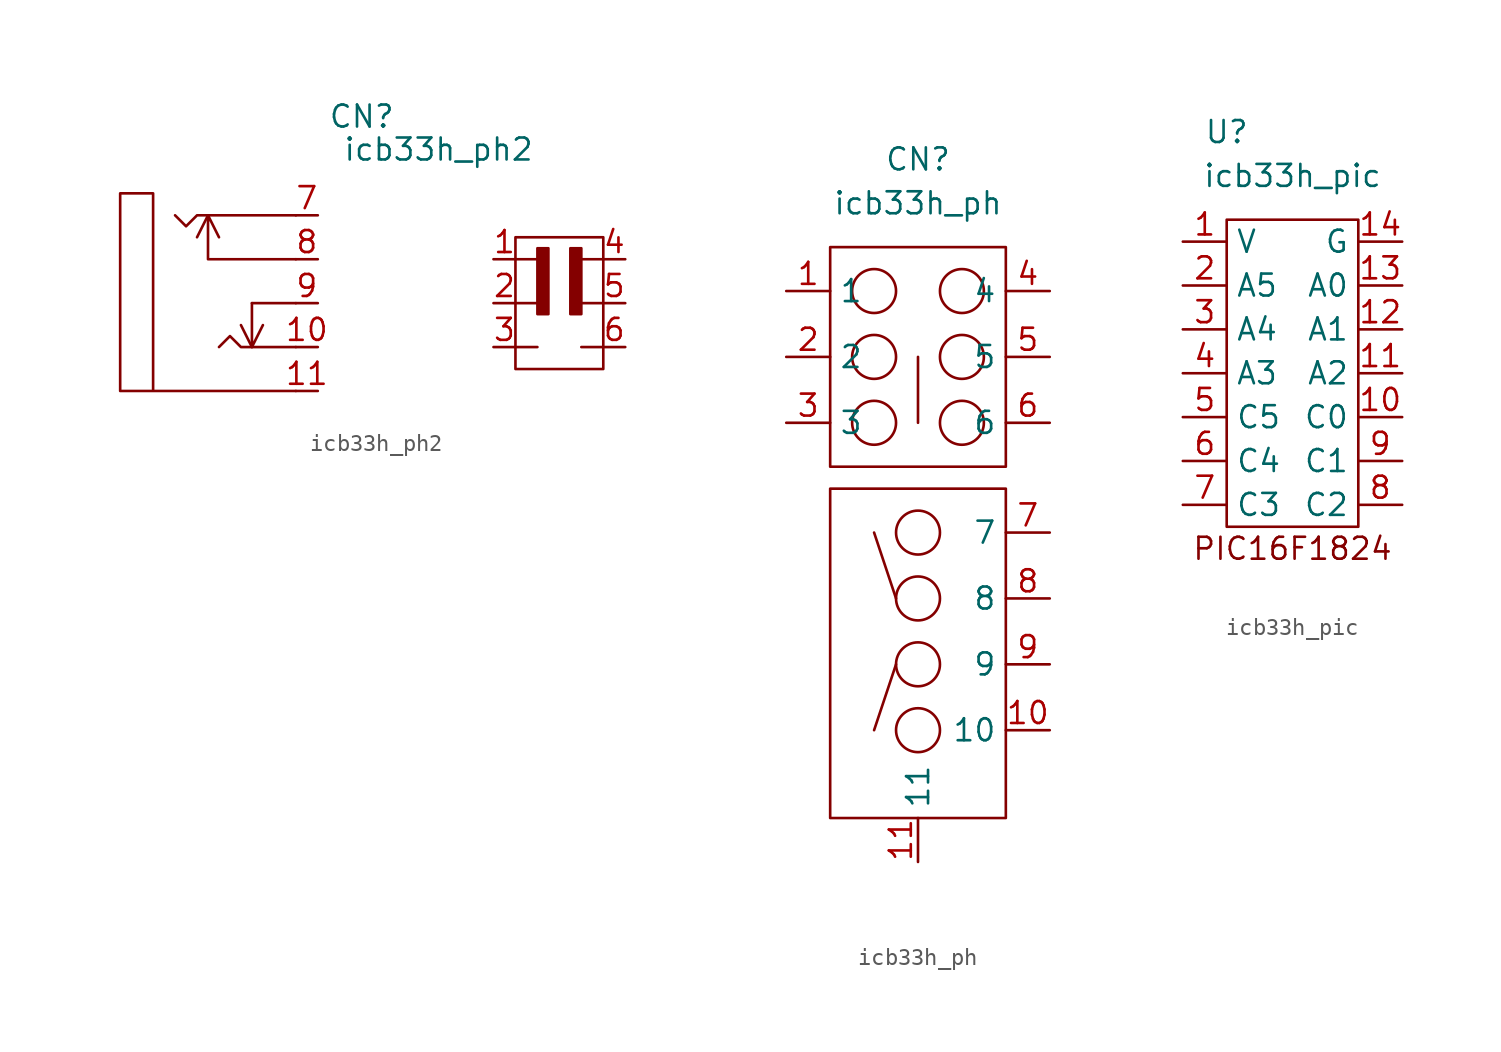
<source format=kicad_sym>
(kicad_symbol_lib
  (version 20211014)
  (generator kicad_symbol_editor)
  (symbol "icb33h_ph2"
    (property "Reference" "CN"
      (at -5.08 14.605 0)
      (effects (font (size 1.27 1.27))))
    (property "Value" "icb33h_ph2"
      (at -0.635 12.7 0)
      (effects (font (size 1.27 1.27))))
    (symbol "icb33h_ph2_0_0"
      (polyline (pts (xy -13.97 8.89) (xy -14.605 7.62)) (stroke (width 0) (type default) (color 0 0 0 0)) (fill (type none)))
      (polyline (pts (xy -11.43 1.27) (xy -12.065 2.54)) (stroke (width 0) (type default) (color 0 0 0 0)) (fill (type none)))
      (polyline (pts (xy -11.43 3.81) (xy -8.89 3.81)) (stroke (width 0) (type default) (color 0 0 0 0)) (fill (type none)))
      (polyline (pts (xy 3.81 1.27) (xy 5.08 1.27)) (stroke (width 0) (type default) (color 0 0 0 0)) (fill (type none)))
      (polyline (pts (xy 3.81 3.81) (xy 5.08 3.81)) (stroke (width 0) (type default) (color 0 0 0 0)) (fill (type none)))
      (polyline (pts (xy 3.81 6.35) (xy 5.08 6.35)) (stroke (width 0) (type default) (color 0 0 0 0)) (fill (type none)))
      (polyline (pts (xy 7.62 1.27) (xy 8.89 1.27)) (stroke (width 0) (type default) (color 0 0 0 0)) (fill (type none)))
      (polyline (pts (xy 7.62 3.81) (xy 8.89 3.81)) (stroke (width 0) (type default) (color 0 0 0 0)) (fill (type none)))
      (polyline (pts (xy 7.62 6.35) (xy 8.89 6.35)) (stroke (width 0) (type default) (color 0 0 0 0)) (fill (type none)))
      (polyline (pts (xy -11.43 3.81) (xy -11.43 1.27) (xy -10.795 2.54)) (stroke (width 0) (type default) (color 0 0 0 0)) (fill (type none)))
      (polyline (pts (xy -8.89 1.27) (xy -12.065 1.27) (xy -12.7 1.905) (xy -13.335 1.27)) (stroke (width 0) (type default) (color 0 0 0 0)) (fill (type none)))
      (polyline (pts (xy -8.89 6.35) (xy -13.97 6.35) (xy -13.97 8.89) (xy -13.335 7.62)) (stroke (width 0) (type default) (color 0 0 0 0)) (fill (type none)))
      (polyline (pts (xy -8.89 8.89) (xy -14.605 8.89) (xy -15.24 8.255) (xy -15.875 8.89)) (stroke (width 0) (type default) (color 0 0 0 0)) (fill (type none)))
      (polyline (pts (xy -8.89 -1.27) (xy -17.145 -1.27) (xy -17.145 10.16) (xy -19.05 10.16) (xy -19.05 -1.27) (xy -17.145 -1.27)) (stroke (width 0) (type default) (color 0 0 0 0)) (fill (type none)))
      (rectangle (start 3.81 7.62) (end 8.89 0) (stroke (width 0) (type default) (color 0 0 0 0)) (fill (type none)))
      (rectangle (start 5.08 6.985) (end 5.715 3.175) (stroke (width 0) (type default) (color 0 0 0 0)) (fill (type outline)))
      (rectangle (start 6.985 6.985) (end 7.62 3.175) (stroke (width 0) (type default) (color 0 0 0 0)) (fill (type outline))))
    (symbol "icb33h_ph2_1_1"
      (pin passive line (at 2.54 6.35 0) (length 1.27) (name "" (effects (font (size 1.27 1.27)))) (number "1" (effects (font (size 1.27 1.27)))))
      (pin passive line (at -7.62 1.27 180) (length 1.27) (name "" (effects (font (size 1.27 1.27)))) (number "10" (effects (font (size 1.27 1.27)))))
      (pin passive line (at -7.62 -1.27 180) (length 1.27) (name "" (effects (font (size 1.27 1.27)))) (number "11" (effects (font (size 1.27 1.27)))))
      (pin passive line (at 2.54 3.81 0) (length 1.27) (name "" (effects (font (size 1.27 1.27)))) (number "2" (effects (font (size 1.27 1.27)))))
      (pin passive line (at 2.54 1.27 0) (length 1.27) (name "" (effects (font (size 1.27 1.27)))) (number "3" (effects (font (size 1.27 1.27)))))
      (pin passive line (at 10.16 6.35 180) (length 1.27) (name "" (effects (font (size 1.27 1.27)))) (number "4" (effects (font (size 1.27 1.27)))))
      (pin passive line (at 10.16 3.81 180) (length 1.27) (name "" (effects (font (size 1.27 1.27)))) (number "5" (effects (font (size 1.27 1.27)))))
      (pin passive line (at 10.16 1.27 180) (length 1.27) (name "" (effects (font (size 1.27 1.27)))) (number "6" (effects (font (size 1.27 1.27)))))
      (pin passive line (at -7.62 8.89 180) (length 1.27) (name "" (effects (font (size 1.27 1.27)))) (number "7" (effects (font (size 1.27 1.27)))))
      (pin passive line (at -7.62 6.35 180) (length 1.27) (name "" (effects (font (size 1.27 1.27)))) (number "8" (effects (font (size 1.27 1.27)))))
      (pin passive line (at -7.62 3.81 180) (length 1.27) (name "" (effects (font (size 1.27 1.27)))) (number "9" (effects (font (size 1.27 1.27)))))))
  (symbol "icb33h_ph"
    (property "Reference" "CN"
      (at 12.7 21.59 0)
      (effects (font (size 1.27 1.27))))
    (property "Value" "icb33h_ph"
      (at 12.7 19.05 0)
      (effects (font (size 1.27 1.27))))
    (symbol "icb33h_ph_0_1"
      (polyline (pts (xy 11.43 -7.62) (xy 10.16 -11.43)) (stroke (width 0) (type default) (color 0 0 0 0)) (fill (type none)))
      (polyline (pts (xy 11.43 -3.81) (xy 10.16 0)) (stroke (width 0) (type default) (color 0 0 0 0)) (fill (type none)))
      (polyline (pts (xy 12.7 10.16) (xy 12.7 6.35)) (stroke (width 0) (type default) (color 0 0 0 0)) (fill (type none)))
      (rectangle (start 7.62 2.54) (end 17.78 -16.51) (stroke (width 0) (type default) (color 0 0 0 0)) (fill (type none)))
      (rectangle (start 7.62 16.51) (end 17.78 3.81) (stroke (width 0) (type default) (color 0 0 0 0)) (fill (type none)))
      (circle (center 10.16 6.35) (radius 1.27) (stroke (width 0) (type default) (color 0 0 0 0)) (fill (type none)))
      (circle (center 10.16 10.16) (radius 1.27) (stroke (width 0) (type default) (color 0 0 0 0)) (fill (type none)))
      (circle (center 10.16 13.97) (radius 1.27) (stroke (width 0) (type default) (color 0 0 0 0)) (fill (type none)))
      (circle (center 12.7 -11.43) (radius 1.27) (stroke (width 0) (type default) (color 0 0 0 0)) (fill (type none)))
      (circle (center 12.7 -7.62) (radius 1.27) (stroke (width 0) (type default) (color 0 0 0 0)) (fill (type none)))
      (circle (center 12.7 -3.81) (radius 1.27) (stroke (width 0) (type default) (color 0 0 0 0)) (fill (type none)))
      (circle (center 12.7 0) (radius 1.27) (stroke (width 0) (type default) (color 0 0 0 0)) (fill (type none)))
      (circle (center 15.24 6.35) (radius 1.27) (stroke (width 0) (type default) (color 0 0 0 0)) (fill (type none)))
      (circle (center 15.24 10.16) (radius 1.27) (stroke (width 0) (type default) (color 0 0 0 0)) (fill (type none)))
      (circle (center 15.24 13.97) (radius 1.27) (stroke (width 0) (type default) (color 0 0 0 0)) (fill (type none))))
    (symbol "icb33h_ph_1_1"
      (pin passive line (at 5.08 13.97 0) (length 2.54) (name "1" (effects (font (size 1.27 1.27)))) (number "1" (effects (font (size 1.27 1.27)))))
      (pin passive line (at 20.32 -11.43 180) (length 2.54) (name "10" (effects (font (size 1.27 1.27)))) (number "10" (effects (font (size 1.27 1.27)))))
      (pin passive line (at 12.7 -19.05 90) (length 2.54) (name "11" (effects (font (size 1.27 1.27)))) (number "11" (effects (font (size 1.27 1.27)))))
      (pin passive line (at 5.08 10.16 0) (length 2.54) (name "2" (effects (font (size 1.27 1.27)))) (number "2" (effects (font (size 1.27 1.27)))))
      (pin passive line (at 5.08 6.35 0) (length 2.54) (name "3" (effects (font (size 1.27 1.27)))) (number "3" (effects (font (size 1.27 1.27)))))
      (pin passive line (at 20.32 13.97 180) (length 2.54) (name "4" (effects (font (size 1.27 1.27)))) (number "4" (effects (font (size 1.27 1.27)))))
      (pin passive line (at 20.32 10.16 180) (length 2.54) (name "5" (effects (font (size 1.27 1.27)))) (number "5" (effects (font (size 1.27 1.27)))))
      (pin passive line (at 20.32 6.35 180) (length 2.54) (name "6" (effects (font (size 1.27 1.27)))) (number "6" (effects (font (size 1.27 1.27)))))
      (pin passive line (at 20.32 0 180) (length 2.54) (name "7" (effects (font (size 1.27 1.27)))) (number "7" (effects (font (size 1.27 1.27)))))
      (pin passive line (at 20.32 -3.81 180) (length 2.54) (name "8" (effects (font (size 1.27 1.27)))) (number "8" (effects (font (size 1.27 1.27)))))
      (pin passive line (at 20.32 -7.62 180) (length 2.54) (name "9" (effects (font (size 1.27 1.27)))) (number "9" (effects (font (size 1.27 1.27)))))))
  (symbol "icb33h_pic"
    (property "Reference" "U"
      (at -6.35 11.43 0)
      (effects (font (size 1.27 1.27))))
    (property "Value" "icb33h_pic"
      (at -2.54 8.89 0)
      (effects (font (size 1.27 1.27))))
    (symbol "icb33h_pic_0_0"
      (text "PIC16F1824" (at -2.54 -12.7 0) (effects (font (size 1.27 1.27)))))
    (symbol "icb33h_pic_0_1"
      (rectangle (start -6.35 6.35) (end 1.27 -11.43) (stroke (width 0) (type default) (color 0 0 0 0)) (fill (type none))))
    (symbol "icb33h_pic_1_1"
      (pin passive line (at -8.89 5.08 0) (length 2.54) (name "V" (effects (font (size 1.27 1.27)))) (number "1" (effects (font (size 1.27 1.27)))))
      (pin passive line (at 3.81 -5.08 180) (length 2.54) (name "C0" (effects (font (size 1.27 1.27)))) (number "10" (effects (font (size 1.27 1.27)))))
      (pin passive line (at 3.81 -2.54 180) (length 2.54) (name "A2" (effects (font (size 1.27 1.27)))) (number "11" (effects (font (size 1.27 1.27)))))
      (pin passive line (at 3.81 0 180) (length 2.54) (name "A1" (effects (font (size 1.27 1.27)))) (number "12" (effects (font (size 1.27 1.27)))))
      (pin passive line (at 3.81 2.54 180) (length 2.54) (name "A0" (effects (font (size 1.27 1.27)))) (number "13" (effects (font (size 1.27 1.27)))))
      (pin passive line (at 3.81 5.08 180) (length 2.54) (name "G" (effects (font (size 1.27 1.27)))) (number "14" (effects (font (size 1.27 1.27)))))
      (pin passive line (at -8.89 2.54 0) (length 2.54) (name "A5" (effects (font (size 1.27 1.27)))) (number "2" (effects (font (size 1.27 1.27)))))
      (pin passive line (at -8.89 0 0) (length 2.54) (name "A4" (effects (font (size 1.27 1.27)))) (number "3" (effects (font (size 1.27 1.27)))))
      (pin passive line (at -8.89 -2.54 0) (length 2.54) (name "A3" (effects (font (size 1.27 1.27)))) (number "4" (effects (font (size 1.27 1.27)))))
      (pin passive line (at -8.89 -5.08 0) (length 2.54) (name "C5" (effects (font (size 1.27 1.27)))) (number "5" (effects (font (size 1.27 1.27)))))
      (pin passive line (at -8.89 -7.62 0) (length 2.54) (name "C4" (effects (font (size 1.27 1.27)))) (number "6" (effects (font (size 1.27 1.27)))))
      (pin passive line (at -8.89 -10.16 0) (length 2.54) (name "C3" (effects (font (size 1.27 1.27)))) (number "7" (effects (font (size 1.27 1.27)))))
      (pin passive line (at 3.81 -10.16 180) (length 2.54) (name "C2" (effects (font (size 1.27 1.27)))) (number "8" (effects (font (size 1.27 1.27)))))
      (pin passive line (at 3.81 -7.62 180) (length 2.54) (name "C1" (effects (font (size 1.27 1.27)))) (number "9" (effects (font (size 1.27 1.27))))))))
</source>
